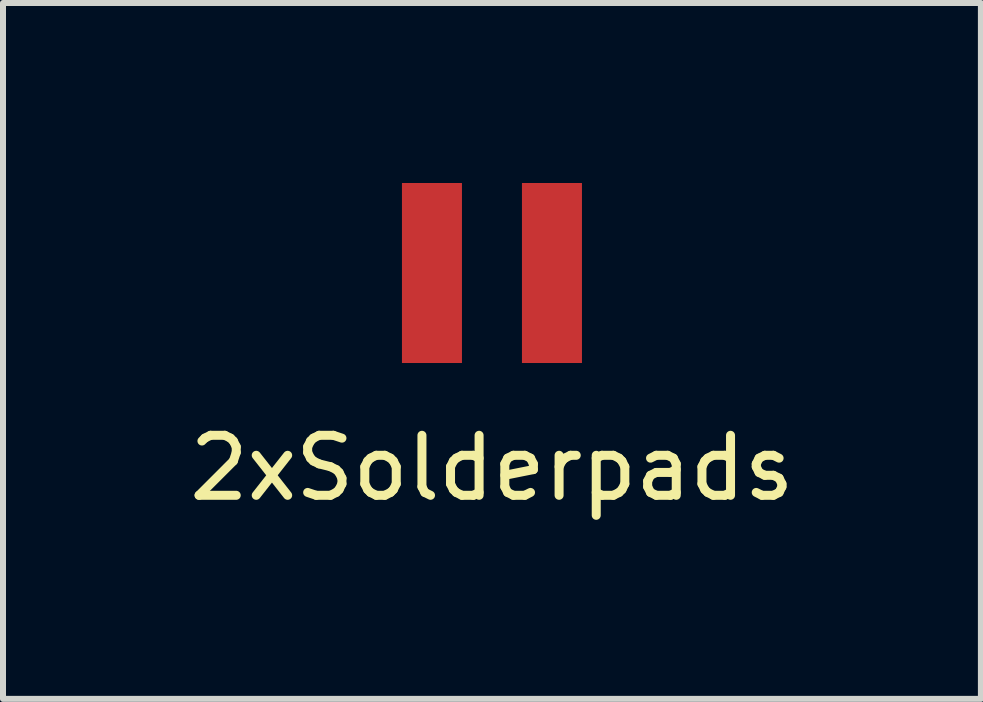
<source format=kicad_pcb>
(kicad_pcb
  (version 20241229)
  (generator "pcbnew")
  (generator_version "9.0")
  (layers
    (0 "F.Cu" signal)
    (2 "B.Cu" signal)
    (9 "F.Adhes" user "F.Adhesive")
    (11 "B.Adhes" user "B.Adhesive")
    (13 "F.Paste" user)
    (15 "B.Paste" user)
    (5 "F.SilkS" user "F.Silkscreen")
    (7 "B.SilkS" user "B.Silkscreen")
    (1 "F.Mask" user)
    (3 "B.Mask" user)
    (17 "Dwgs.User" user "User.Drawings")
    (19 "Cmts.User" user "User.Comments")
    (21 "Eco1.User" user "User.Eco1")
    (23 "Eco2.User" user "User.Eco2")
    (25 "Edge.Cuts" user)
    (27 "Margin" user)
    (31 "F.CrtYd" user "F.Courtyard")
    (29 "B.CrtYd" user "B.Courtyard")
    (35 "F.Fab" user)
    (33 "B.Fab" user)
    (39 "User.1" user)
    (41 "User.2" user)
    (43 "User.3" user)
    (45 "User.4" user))
  (footprint "2xSolderpads"
    (layer "F.Cu")
    (at 5.149 1.5)
    (property "Reference" "2xSolderpads" (at 0 3.25 0) (layer "F.SilkS") (effects (font (size 1 1) (thickness 0.15))))
    (attr through_hole)
    (pad "1" smd rect (at -1 0) (size 1 3) (layers "F.Cu" "F.Mask" "F.Paste"))
    (pad "2" smd rect (at 1 0) (size 1 3) (layers "F.Cu" "F.Mask" "F.Paste")))
  (gr_rect
    (start -3 -3)
    (end 13.298 8.598)
    (stroke (width 0.1) (type default))
    (fill no)
    (layer "Edge.Cuts")))
</source>
